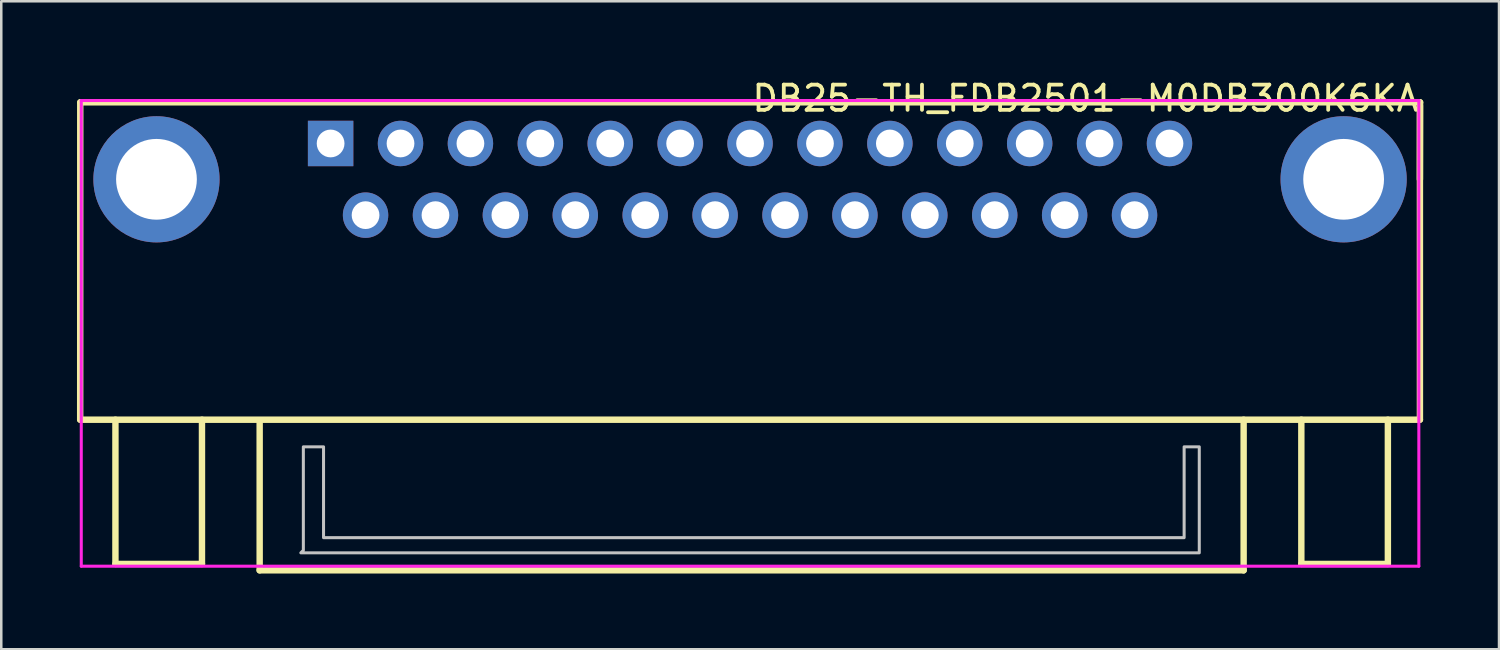
<source format=kicad_pcb>
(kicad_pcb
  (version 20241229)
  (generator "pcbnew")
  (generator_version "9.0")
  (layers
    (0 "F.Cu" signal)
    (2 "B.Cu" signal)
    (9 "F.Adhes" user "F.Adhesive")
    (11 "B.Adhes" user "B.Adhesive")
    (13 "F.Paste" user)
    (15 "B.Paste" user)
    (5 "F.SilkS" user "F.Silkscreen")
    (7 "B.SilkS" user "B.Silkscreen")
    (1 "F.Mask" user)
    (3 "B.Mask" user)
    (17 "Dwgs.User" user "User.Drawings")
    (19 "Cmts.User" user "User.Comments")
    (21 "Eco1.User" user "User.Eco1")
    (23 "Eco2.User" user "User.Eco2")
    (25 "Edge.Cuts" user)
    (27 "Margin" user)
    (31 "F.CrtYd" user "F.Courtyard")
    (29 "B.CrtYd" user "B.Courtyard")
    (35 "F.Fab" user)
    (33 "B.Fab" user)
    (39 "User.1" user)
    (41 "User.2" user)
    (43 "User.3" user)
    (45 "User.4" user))
  (footprint "DB25-TH_FDB2501-M0DB300K6KA"
    (layer "F.Cu")
    (at 26.67 4.055)
    (property "Reference" "DB25-TH_FDB2501-M0DB300K6KA" (at 0 -3.207 0) (layer "F.SilkS") (effects (font (size 1 1) (thickness 0.15)) (justify left)))
    (attr through_hole)
    (fp_line (start -26.543 9.525) (end 26.543 9.525) (stroke (width 0.254) (type solid)) (layer "F.SilkS"))
    (fp_line (start -26.54 -3.05) (end -26.543 9.525) (stroke (width 0.254) (type solid)) (layer "F.SilkS"))
    (fp_line (start -25.146 9.525) (end -25.146 15.24) (stroke (width 0.254) (type solid)) (layer "F.SilkS"))
    (fp_line (start -25.146 15.24) (end -21.717 15.24) (stroke (width 0.254) (type solid)) (layer "F.SilkS"))
    (fp_line (start -21.717 15.24) (end -21.717 9.525) (stroke (width 0.254) (type solid)) (layer "F.SilkS"))
    (fp_line (start -19.431 15.494) (end -19.431 9.652) (stroke (width 0.254) (type solid)) (layer "F.SilkS"))
    (fp_line (start 19.558 9.525) (end 19.558 15.494) (stroke (width 0.254) (type solid)) (layer "F.SilkS"))
    (fp_line (start 19.558 15.494) (end -19.431 15.494) (stroke (width 0.254) (type solid)) (layer "F.SilkS"))
    (fp_line (start 21.844 15.24) (end 21.844 9.525) (stroke (width 0.254) (type solid)) (layer "F.SilkS"))
    (fp_line (start 25.273 9.525) (end 25.273 15.24) (stroke (width 0.254) (type solid)) (layer "F.SilkS"))
    (fp_line (start 25.273 15.24) (end 21.844 15.24) (stroke (width 0.254) (type solid)) (layer "F.SilkS"))
    (fp_line (start 26.543 0) (end 26.55 -3.05) (stroke (width 0.254) (type solid)) (layer "F.SilkS"))
    (fp_line (start 26.543 9.525) (end 26.543 -2.921) (stroke (width 0.254) (type solid)) (layer "F.SilkS"))
    (fp_line (start 26.55 -3.05) (end -26.536 -3.05) (stroke (width 0.254) (type solid)) (layer "F.SilkS"))
    (fp_poly (pts (xy -17.7 10.6) (xy -17.7 14.7) (xy -17.8 14.8) (xy 17.8 14.8) (xy 17.8 10.6) (xy 17.2 10.6) (xy 17.2 14.2) (xy -16.9 14.2) (xy -16.9 10.6)) (stroke (width 0.12) (type solid)) (fill no) (layer "Dwgs.User"))
    (fp_circle (center -26.5 -3.12) (end -26.47 -3.12) (stroke (width 0.06) (type solid)) (fill no) (layer "Eco2.User"))
    (fp_circle (center -16.62 -1.42) (end -16.46 -1.42) (stroke (width 0.32) (type solid)) (fill no) (layer "Eco2.User"))
    (fp_circle (center -15.235 1.42) (end -15.075 1.42) (stroke (width 0.32) (type solid)) (fill no) (layer "Eco2.User"))
    (fp_circle (center -13.85 -1.42) (end -13.69 -1.42) (stroke (width 0.32) (type solid)) (fill no) (layer "Eco2.User"))
    (fp_circle (center -12.465 1.42) (end -12.305 1.42) (stroke (width 0.32) (type solid)) (fill no) (layer "Eco2.User"))
    (fp_circle (center -11.08 -1.42) (end -10.92 -1.42) (stroke (width 0.32) (type solid)) (fill no) (layer "Eco2.User"))
    (fp_circle (center -9.695 1.42) (end -9.535 1.42) (stroke (width 0.32) (type solid)) (fill no) (layer "Eco2.User"))
    (fp_circle (center -8.31 -1.42) (end -8.15 -1.42) (stroke (width 0.32) (type solid)) (fill no) (layer "Eco2.User"))
    (fp_circle (center -6.925 1.42) (end -6.765 1.42) (stroke (width 0.32) (type solid)) (fill no) (layer "Eco2.User"))
    (fp_circle (center -5.54 -1.42) (end -5.38 -1.42) (stroke (width 0.32) (type solid)) (fill no) (layer "Eco2.User"))
    (fp_circle (center -4.155 1.42) (end -3.995 1.42) (stroke (width 0.32) (type solid)) (fill no) (layer "Eco2.User"))
    (fp_circle (center -2.77 -1.42) (end -2.61 -1.42) (stroke (width 0.32) (type solid)) (fill no) (layer "Eco2.User"))
    (fp_circle (center -1.385 1.42) (end -1.225 1.42) (stroke (width 0.32) (type solid)) (fill no) (layer "Eco2.User"))
    (fp_circle (center 0 -1.42) (end 0.16 -1.42) (stroke (width 0.32) (type solid)) (fill no) (layer "Eco2.User"))
    (fp_circle (center 1.385 1.42) (end 1.545 1.42) (stroke (width 0.32) (type solid)) (fill no) (layer "Eco2.User"))
    (fp_circle (center 2.77 -1.42) (end 2.93 -1.42) (stroke (width 0.32) (type solid)) (fill no) (layer "Eco2.User"))
    (fp_circle (center 4.155 1.42) (end 4.315 1.42) (stroke (width 0.32) (type solid)) (fill no) (layer "Eco2.User"))
    (fp_circle (center 5.54 -1.42) (end 5.7 -1.42) (stroke (width 0.32) (type solid)) (fill no) (layer "Eco2.User"))
    (fp_circle (center 6.925 1.42) (end 7.085 1.42) (stroke (width 0.32) (type solid)) (fill no) (layer "Eco2.User"))
    (fp_circle (center 8.31 -1.42) (end 8.47 -1.42) (stroke (width 0.32) (type solid)) (fill no) (layer "Eco2.User"))
    (fp_circle (center 9.695 1.42) (end 9.855 1.42) (stroke (width 0.32) (type solid)) (fill no) (layer "Eco2.User"))
    (fp_circle (center 11.08 -1.42) (end 11.24 -1.42) (stroke (width 0.32) (type solid)) (fill no) (layer "Eco2.User"))
    (fp_circle (center 12.465 1.42) (end 12.625 1.42) (stroke (width 0.32) (type solid)) (fill no) (layer "Eco2.User"))
    (fp_circle (center 13.85 -1.42) (end 14.01 -1.42) (stroke (width 0.32) (type solid)) (fill no) (layer "Eco2.User"))
    (fp_circle (center 15.235 1.42) (end 15.395 1.42) (stroke (width 0.32) (type solid)) (fill no) (layer "Eco2.User"))
    (fp_circle (center 16.62 -1.42) (end 16.78 -1.42) (stroke (width 0.32) (type solid)) (fill no) (layer "Eco2.User"))
    (fp_poly (pts (xy -24.92 -0.15) (xy -22.12 -0.15) (xy -22.12 0.15) (xy -24.92 0.15)) (stroke (width 0.12) (type solid)) (fill no) (layer "Eco2.User"))
    (fp_poly (pts (xy 22.12 -0.15) (xy 24.92 -0.15) (xy 24.92 0.15) (xy 22.12 0.15)) (stroke (width 0.12) (type solid)) (fill no) (layer "Eco2.User"))
    (fp_line (start -26.5 -3.12) (end 26.5 -3.12) (stroke (width 0.12) (type solid)) (layer "F.CrtYd"))
    (fp_line (start -26.5 15.33) (end -26.5 -3.12) (stroke (width 0.12) (type solid)) (layer "F.CrtYd"))
    (fp_line (start 26.5 -3.12) (end 26.5 15.33) (stroke (width 0.12) (type solid)) (layer "F.CrtYd"))
    (fp_line (start 26.5 15.33) (end -26.5 15.33) (stroke (width 0.12) (type solid)) (layer "F.CrtYd"))
    (pad "1" thru_hole rect (at -16.62 -1.42) (size 1.8 1.8) (drill 1.1) (layers "*.Cu" "*.Mask"))
    (pad "2" thru_hole circle (at -13.85 -1.42) (size 1.8 1.8) (drill 1.1) (layers "*.Cu" "*.Mask"))
    (pad "3" thru_hole circle (at -11.08 -1.42) (size 1.8 1.8) (drill 1.1) (layers "*.Cu" "*.Mask"))
    (pad "4" thru_hole circle (at -8.31 -1.42) (size 1.8 1.8) (drill 1.1) (layers "*.Cu" "*.Mask"))
    (pad "5" thru_hole circle (at -5.54 -1.42) (size 1.8 1.8) (drill 1.1) (layers "*.Cu" "*.Mask"))
    (pad "6" thru_hole circle (at -2.77 -1.42) (size 1.8 1.8) (drill 1.1) (layers "*.Cu" "*.Mask"))
    (pad "7" thru_hole circle (at 0 -1.42) (size 1.8 1.8) (drill 1.1) (layers "*.Cu" "*.Mask"))
    (pad "8" thru_hole circle (at 2.77 -1.42) (size 1.8 1.8) (drill 1.1) (layers "*.Cu" "*.Mask"))
    (pad "9" thru_hole circle (at 5.54 -1.42) (size 1.8 1.8) (drill 1.1) (layers "*.Cu" "*.Mask"))
    (pad "10" thru_hole circle (at 8.31 -1.42) (size 1.8 1.8) (drill 1.1) (layers "*.Cu" "*.Mask"))
    (pad "11" thru_hole circle (at 11.08 -1.42) (size 1.8 1.8) (drill 1.1) (layers "*.Cu" "*.Mask"))
    (pad "12" thru_hole circle (at 13.85 -1.42) (size 1.8 1.8) (drill 1.1) (layers "*.Cu" "*.Mask"))
    (pad "13" thru_hole circle (at 16.62 -1.42) (size 1.8 1.8) (drill 1.1) (layers "*.Cu" "*.Mask"))
    (pad "14" thru_hole circle (at -15.235 1.42) (size 1.8 1.8) (drill 1.1) (layers "*.Cu" "*.Mask"))
    (pad "15" thru_hole circle (at -12.465 1.42) (size 1.8 1.8) (drill 1.1) (layers "*.Cu" "*.Mask"))
    (pad "16" thru_hole circle (at -9.695 1.42) (size 1.8 1.8) (drill 1.1) (layers "*.Cu" "*.Mask"))
    (pad "17" thru_hole circle (at -6.925 1.42) (size 1.8 1.8) (drill 1.1) (layers "*.Cu" "*.Mask"))
    (pad "18" thru_hole circle (at -4.155 1.42) (size 1.8 1.8) (drill 1.1) (layers "*.Cu" "*.Mask"))
    (pad "19" thru_hole circle (at -1.385 1.42) (size 1.8 1.8) (drill 1.1) (layers "*.Cu" "*.Mask"))
    (pad "20" thru_hole circle (at 1.385 1.42) (size 1.8 1.8) (drill 1.1) (layers "*.Cu" "*.Mask"))
    (pad "21" thru_hole circle (at 4.155 1.42) (size 1.8 1.8) (drill 1.1) (layers "*.Cu" "*.Mask"))
    (pad "22" thru_hole circle (at 6.925 1.42) (size 1.8 1.8) (drill 1.1) (layers "*.Cu" "*.Mask"))
    (pad "23" thru_hole circle (at 9.695 1.42) (size 1.8 1.8) (drill 1.1) (layers "*.Cu" "*.Mask"))
    (pad "24" thru_hole circle (at 12.465 1.42) (size 1.8 1.8) (drill 1.1) (layers "*.Cu" "*.Mask"))
    (pad "25" thru_hole circle (at 15.235 1.42) (size 1.8 1.8) (drill 1.1) (layers "*.Cu" "*.Mask"))
    (pad "26" thru_hole circle (at -23.52 0) (size 5 5) (drill 3.2) (layers "*.Cu" "*.Mask"))
    (pad "27" thru_hole circle (at 23.52 0) (size 5 5) (drill 3.2) (layers "*.Cu" "*.Mask")))
  (gr_rect
    (start -3 -3)
    (end 56.347 22.676)
    (stroke (width 0.1) (type default))
    (fill no)
    (layer "Edge.Cuts")))
</source>
